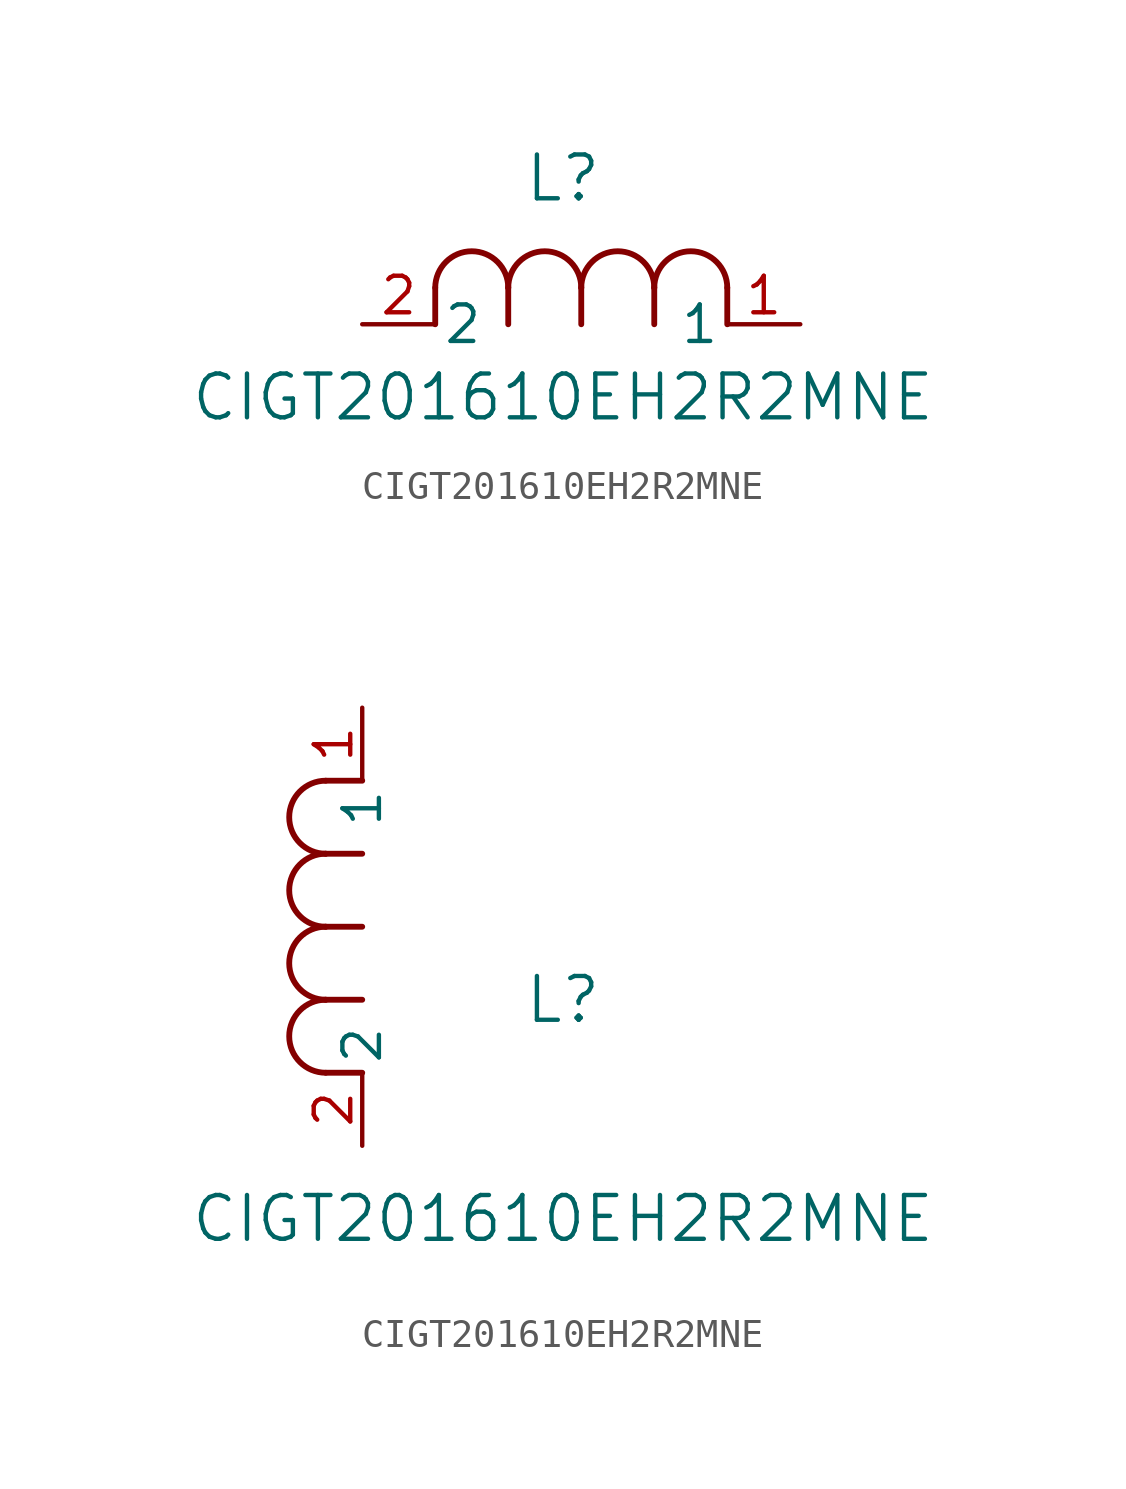
<source format=kicad_sym>
(kicad_symbol_lib
  (version 20211014)
  (generator kicad_symbol_editor)
  (symbol "CIGT201610EH2R2MNE"
    (pin_names
      (offset 0.254))
    (property "Reference" "L"
      (at 6.985 5.08 0)
      (effects (font (size 1.524 1.524))))
    (property "Value" "CIGT201610EH2R2MNE"
      (at 6.985 -2.54 0)
      (effects (font (size 1.524 1.524))))
    (symbol "CIGT201610EH2R2MNE_1_1"
      (arc (start 7.62 1.27) (mid 6.35 2.54) (end 5.08 1.27) (stroke (width 0.2032) (type default) (color 0 0 0 0)) (fill (type none)))
      (polyline (pts (xy 5.08 0) (xy 5.08 1.27)) (stroke (width 0.203) (type default) (color 0 0 0 0)) (fill (type none)))
      (polyline (pts (xy 7.62 0) (xy 7.62 1.27)) (stroke (width 0.203) (type default) (color 0 0 0 0)) (fill (type none)))
      (polyline (pts (xy 12.7 0) (xy 12.7 1.27)) (stroke (width 0.203) (type default) (color 0 0 0 0)) (fill (type none)))
      (arc (start 5.08 1.27) (mid 3.81 2.54) (end 2.54 1.27) (stroke (width 0.2032) (type default) (color 0 0 0 0)) (fill (type none)))
      (arc (start 10.16 1.27) (mid 8.89 2.54) (end 7.62 1.27) (stroke (width 0.2032) (type default) (color 0 0 0 0)) (fill (type none)))
      (arc (start 12.7 1.27) (mid 11.43 2.54) (end 10.16 1.27) (stroke (width 0.2032) (type default) (color 0 0 0 0)) (fill (type none)))
      (polyline (pts (xy 2.54 0) (xy 2.54 1.27)) (stroke (width 0.203) (type default) (color 0 0 0 0)) (fill (type none)))
      (polyline (pts (xy 10.16 0) (xy 10.16 1.27)) (stroke (width 0.203) (type default) (color 0 0 0 0)) (fill (type none)))
      (pin unspecified line (at 0 0 0) (length 2.54) (name "2" (effects (font (size 1.27 1.27)))) (number "2" (effects (font (size 1.27 1.27)))))
      (pin unspecified line (at 15.24 0 180) (length 2.54) (name "1" (effects (font (size 1.27 1.27)))) (number "1" (effects (font (size 1.27 1.27))))))
    (symbol "CIGT201610EH2R2MNE_1_2"
      (arc (start -1.27 7.62) (mid -2.54 6.35) (end -1.27 5.08) (stroke (width 0.2032) (type default) (color 0 0 0 0)) (fill (type none)))
      (arc (start -1.27 5.08) (mid -2.54 3.81) (end -1.27 2.54) (stroke (width 0.2032) (type default) (color 0 0 0 0)) (fill (type none)))
      (arc (start -1.27 12.7) (mid -2.54 11.43) (end -1.27 10.16) (stroke (width 0.2032) (type default) (color 0 0 0 0)) (fill (type none)))
      (arc (start -1.27 10.16) (mid -2.54 8.89) (end -1.27 7.62) (stroke (width 0.2032) (type default) (color 0 0 0 0)) (fill (type none)))
      (polyline (pts (xy 0 7.62) (xy -1.27 7.62)) (stroke (width 0.203) (type default) (color 0 0 0 0)) (fill (type none)))
      (polyline (pts (xy 0 5.08) (xy -1.27 5.08)) (stroke (width 0.203) (type default) (color 0 0 0 0)) (fill (type none)))
      (polyline (pts (xy 0 12.7) (xy -1.27 12.7)) (stroke (width 0.203) (type default) (color 0 0 0 0)) (fill (type none)))
      (polyline (pts (xy 0 2.54) (xy -1.27 2.54)) (stroke (width 0.203) (type default) (color 0 0 0 0)) (fill (type none)))
      (polyline (pts (xy 0 10.16) (xy -1.27 10.16)) (stroke (width 0.203) (type default) (color 0 0 0 0)) (fill (type none)))
      (pin unspecified line (at 0 0 90) (length 2.54) (name "2" (effects (font (size 1.27 1.27)))) (number "2" (effects (font (size 1.27 1.27)))))
      (pin unspecified line (at 0 15.24 270) (length 2.54) (name "1" (effects (font (size 1.27 1.27)))) (number "1" (effects (font (size 1.27 1.27))))))))
</source>
